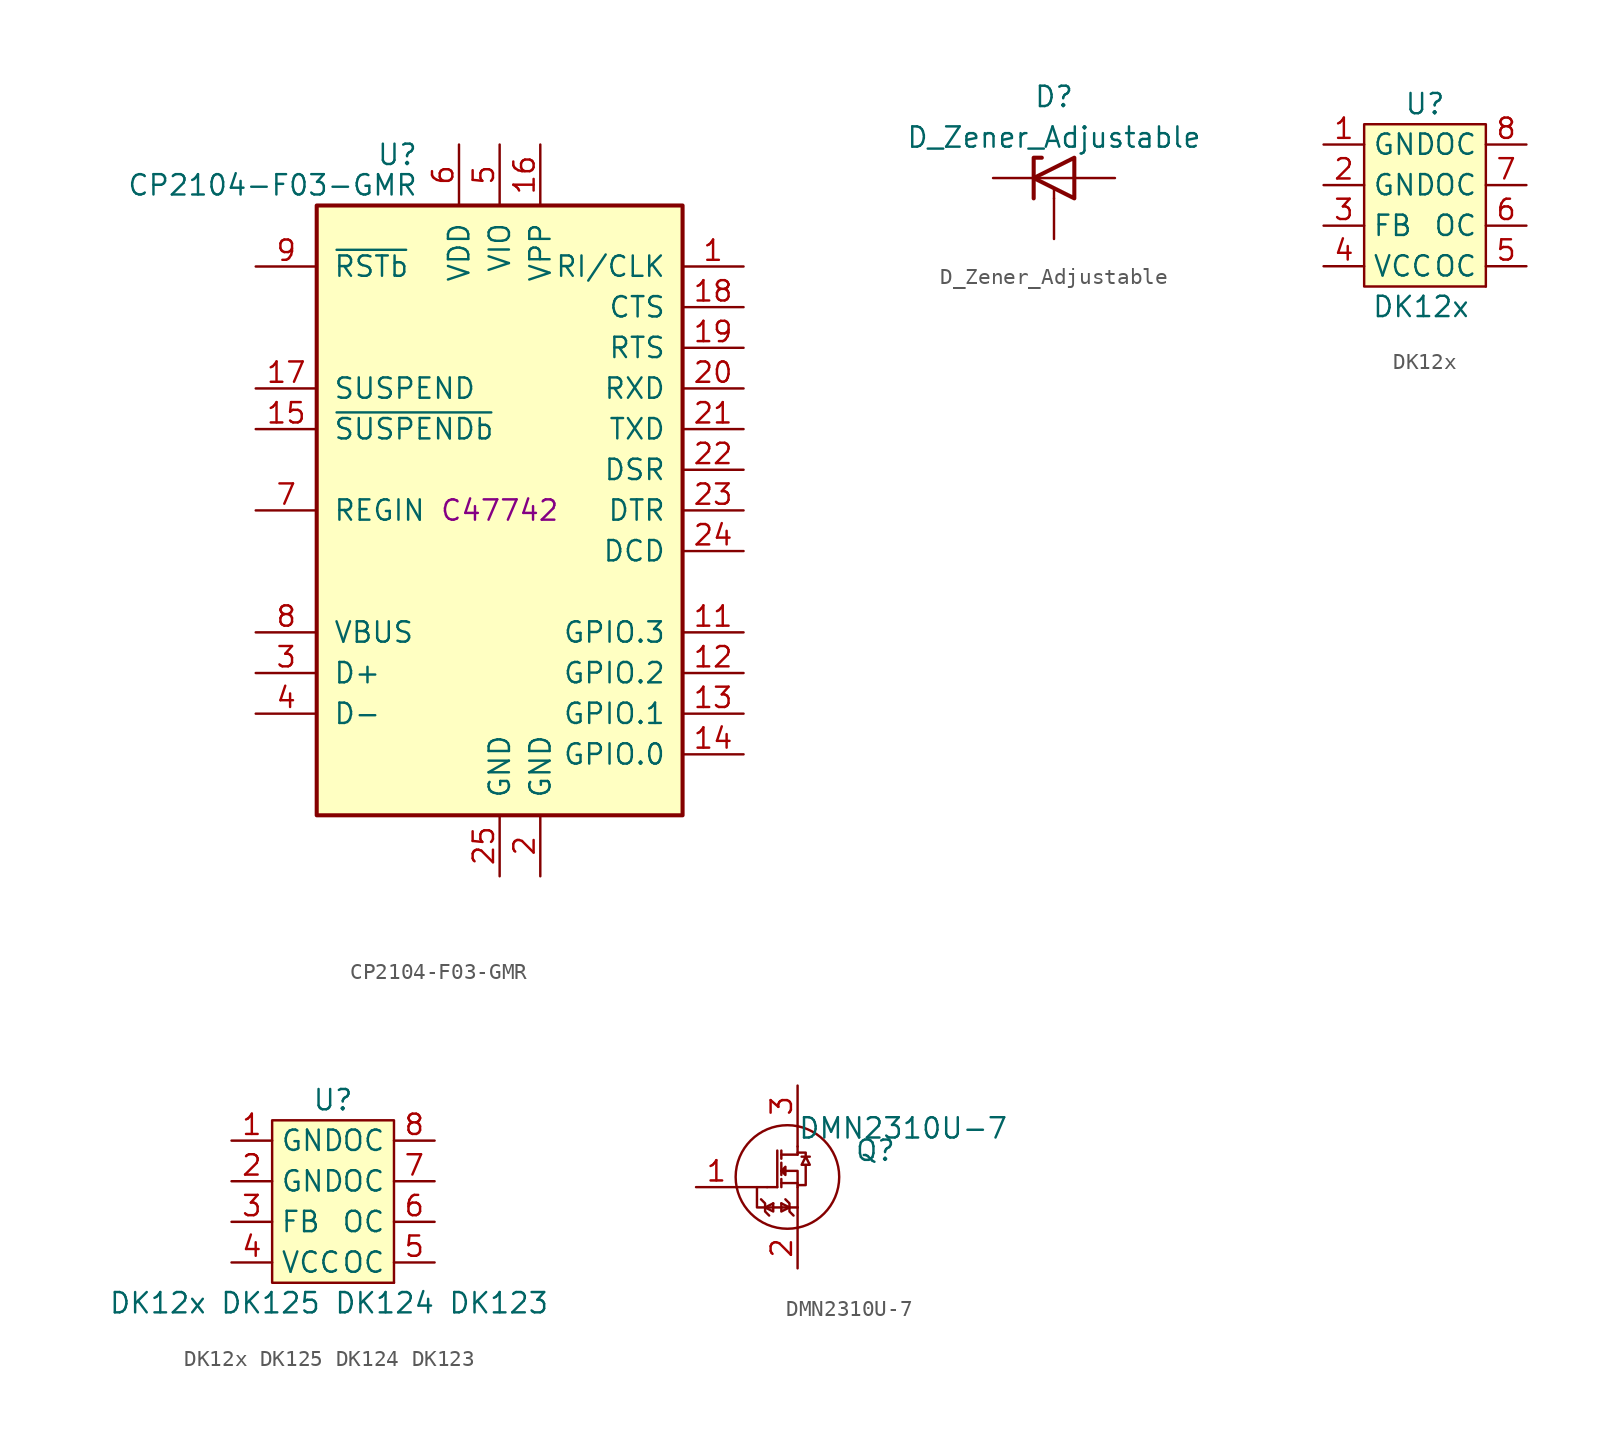
<source format=kicad_sym>
(kicad_symbol_lib
  (version 20211014)
  (generator kicad_symbol_editor)
  (symbol "CP2104-F03-GMR"
    (pin_names
      (offset 1.016))
    (property "Reference" "U"
      (at -5.08 22.225 0)
      (effects (font (size 1.27 1.27)) (justify right)))
    (property "Value" "CP2104-F03-GMR"
      (at -5.08 20.32 0)
      (effects (font (size 1.27 1.27)) (justify right)))
    (property "LCSC" "C47742"
      (at 0 0 0)
      (effects (font (size 1.27 1.27))))
    (symbol "CP2104-F03-GMR_0_1"
      (rectangle (start -11.43 19.05) (end 11.43 -19.05) (stroke (width 0.254) (type default) (color 0 0 0 0)) (fill (type background))))
    (symbol "CP2104-F03-GMR_1_1"
      (pin bidirectional line (at 15.24 15.24 180) (length 3.81) (name "RI/CLK" (effects (font (size 1.27 1.27)))) (number "1" (effects (font (size 1.27 1.27)))))
      (pin no_connect line (at 10.16 -22.86 90) (length 3.81) hide (name "NC" (effects (font (size 1.27 1.27)))) (number "10" (effects (font (size 1.27 1.27)))))
      (pin bidirectional line (at 15.24 -7.62 180) (length 3.81) (name "GPIO.3" (effects (font (size 1.27 1.27)))) (number "11" (effects (font (size 1.27 1.27)))))
      (pin bidirectional line (at 15.24 -10.16 180) (length 3.81) (name "GPIO.2" (effects (font (size 1.27 1.27)))) (number "12" (effects (font (size 1.27 1.27)))))
      (pin bidirectional line (at 15.24 -12.7 180) (length 3.81) (name "GPIO.1" (effects (font (size 1.27 1.27)))) (number "13" (effects (font (size 1.27 1.27)))))
      (pin bidirectional line (at 15.24 -15.24 180) (length 3.81) (name "GPIO.0" (effects (font (size 1.27 1.27)))) (number "14" (effects (font (size 1.27 1.27)))))
      (pin output line (at -15.24 5.08 0) (length 3.81) (name "~{SUSPENDb}" (effects (font (size 1.27 1.27)))) (number "15" (effects (font (size 1.27 1.27)))))
      (pin output line (at 2.54 22.86 270) (length 3.81) (name "VPP" (effects (font (size 1.27 1.27)))) (number "16" (effects (font (size 1.27 1.27)))))
      (pin output line (at -15.24 7.62 0) (length 3.81) (name "SUSPEND" (effects (font (size 1.27 1.27)))) (number "17" (effects (font (size 1.27 1.27)))))
      (pin input line (at 15.24 12.7 180) (length 3.81) (name "CTS" (effects (font (size 1.27 1.27)))) (number "18" (effects (font (size 1.27 1.27)))))
      (pin output line (at 15.24 10.16 180) (length 3.81) (name "RTS" (effects (font (size 1.27 1.27)))) (number "19" (effects (font (size 1.27 1.27)))))
      (pin power_in line (at 2.54 -22.86 90) (length 3.81) (name "GND" (effects (font (size 1.27 1.27)))) (number "2" (effects (font (size 1.27 1.27)))))
      (pin input line (at 15.24 7.62 180) (length 3.81) (name "RXD" (effects (font (size 1.27 1.27)))) (number "20" (effects (font (size 1.27 1.27)))))
      (pin output line (at 15.24 5.08 180) (length 3.81) (name "TXD" (effects (font (size 1.27 1.27)))) (number "21" (effects (font (size 1.27 1.27)))))
      (pin input line (at 15.24 2.54 180) (length 3.81) (name "DSR" (effects (font (size 1.27 1.27)))) (number "22" (effects (font (size 1.27 1.27)))))
      (pin output line (at 15.24 0 180) (length 3.81) (name "DTR" (effects (font (size 1.27 1.27)))) (number "23" (effects (font (size 1.27 1.27)))))
      (pin input line (at 15.24 -2.54 180) (length 3.81) (name "DCD" (effects (font (size 1.27 1.27)))) (number "24" (effects (font (size 1.27 1.27)))))
      (pin power_in line (at 0 -22.86 90) (length 3.81) (name "GND" (effects (font (size 1.27 1.27)))) (number "25" (effects (font (size 1.27 1.27)))))
      (pin bidirectional line (at -15.24 -10.16 0) (length 3.81) (name "D+" (effects (font (size 1.27 1.27)))) (number "3" (effects (font (size 1.27 1.27)))))
      (pin bidirectional line (at -15.24 -12.7 0) (length 3.81) (name "D-" (effects (font (size 1.27 1.27)))) (number "4" (effects (font (size 1.27 1.27)))))
      (pin power_in line (at 0 22.86 270) (length 3.81) (name "VIO" (effects (font (size 1.27 1.27)))) (number "5" (effects (font (size 1.27 1.27)))))
      (pin power_in line (at -2.54 22.86 270) (length 3.81) (name "VDD" (effects (font (size 1.27 1.27)))) (number "6" (effects (font (size 1.27 1.27)))))
      (pin power_in line (at -15.24 0 0) (length 3.81) (name "REGIN" (effects (font (size 1.27 1.27)))) (number "7" (effects (font (size 1.27 1.27)))))
      (pin input line (at -15.24 -7.62 0) (length 3.81) (name "VBUS" (effects (font (size 1.27 1.27)))) (number "8" (effects (font (size 1.27 1.27)))))
      (pin input line (at -15.24 15.24 0) (length 3.81) (name "~{RSTb}" (effects (font (size 1.27 1.27)))) (number "9" (effects (font (size 1.27 1.27)))))))
  (symbol "D_Zener_Adjustable"
    (pin_numbers hide)
    (pin_names
      (offset 1.016) hide)
    (property "Reference" "D"
      (at 0 5.08 0)
      (effects (font (size 1.27 1.27))))
    (property "Value" "D_Zener_Adjustable"
      (at 0 2.54 0)
      (effects (font (size 1.27 1.27))))
    (symbol "D_Zener_Adjustable_0_1"
      (polyline (pts (xy 0 -1.27) (xy 0 -0.635)) (stroke (width 0) (type default) (color 0 0 0 0)) (fill (type none)))
      (polyline (pts (xy 1.27 0) (xy -1.27 0)) (stroke (width 0) (type default) (color 0 0 0 0)) (fill (type none)))
      (polyline (pts (xy -1.27 -1.27) (xy -1.27 1.27) (xy -0.762 1.27)) (stroke (width 0.254) (type default) (color 0 0 0 0)) (fill (type none)))
      (polyline (pts (xy 1.27 -1.27) (xy 1.27 1.27) (xy -1.27 0) (xy 1.27 -1.27)) (stroke (width 0.254) (type default) (color 0 0 0 0)) (fill (type none))))
    (symbol "D_Zener_Adjustable_1_1"
      (pin passive line (at -3.81 0 0) (length 2.54) (name "K" (effects (font (size 1.27 1.27)))) (number "1" (effects (font (size 1.27 1.27)))))
      (pin passive line (at 0 -3.81 90) (length 2.54) (name "A" (effects (font (size 1.27 1.27)))) (number "2" (effects (font (size 1.27 1.27)))))
      (pin passive line (at 3.81 0 180) (length 2.54) (name "A" (effects (font (size 1.27 1.27)))) (number "3" (effects (font (size 1.27 1.27)))))))
  (symbol "DK12x"
    (property "Reference" "U"
      (at 0 6.35 0)
      (effects (font (size 1.27 1.27))))
    (property "Value" "DK12x"
      (at -0.254 -6.35 0)
      (effects (font (size 1.27 1.27))))
    (symbol "DK12x_0_1"
      (rectangle (start -3.81 5.08) (end 3.81 -5.08) (stroke (width 0) (type default) (color 0 0 0 0)) (fill (type background)))
      (rectangle (start 3.81 -5.08) (end 3.81 -5.08) (stroke (width 0) (type default) (color 0 0 0 0)) (fill (type none))))
    (symbol "DK12x_1_1"
      (pin passive line (at -6.35 3.81 0) (length 2.54) (name "GND" (effects (font (size 1.27 1.27)))) (number "1" (effects (font (size 1.27 1.27)))))
      (pin passive line (at -6.35 1.27 0) (length 2.54) (name "GND" (effects (font (size 1.27 1.27)))) (number "2" (effects (font (size 1.27 1.27)))))
      (pin passive line (at -6.35 -1.27 0) (length 2.54) (name "FB" (effects (font (size 1.27 1.27)))) (number "3" (effects (font (size 1.27 1.27)))))
      (pin passive line (at -6.35 -3.81 0) (length 2.54) (name "VCC" (effects (font (size 1.27 1.27)))) (number "4" (effects (font (size 1.27 1.27)))))
      (pin passive line (at 6.35 -3.81 180) (length 2.54) (name "OC" (effects (font (size 1.27 1.27)))) (number "5" (effects (font (size 1.27 1.27)))))
      (pin passive line (at 6.35 -1.27 180) (length 2.54) (name "OC" (effects (font (size 1.27 1.27)))) (number "6" (effects (font (size 1.27 1.27)))))
      (pin passive line (at 6.35 1.27 180) (length 2.54) (name "OC" (effects (font (size 1.27 1.27)))) (number "7" (effects (font (size 1.27 1.27)))))
      (pin passive line (at 6.35 3.81 180) (length 2.54) (name "OC" (effects (font (size 1.27 1.27)))) (number "8" (effects (font (size 1.27 1.27)))))))
  (symbol "DK12x DK125 DK124 DK123"
    (property "Reference" "U"
      (at 0 6.35 0)
      (effects (font (size 1.27 1.27))))
    (property "Value" "DK12x DK125 DK124 DK123"
      (at -0.254 -6.35 0)
      (effects (font (size 1.27 1.27))))
    (symbol "DK12x DK125 DK124 DK123_0_1"
      (rectangle (start -3.81 5.08) (end 3.81 -5.08) (stroke (width 0) (type default) (color 0 0 0 0)) (fill (type background)))
      (rectangle (start 3.81 -5.08) (end 3.81 -5.08) (stroke (width 0) (type default) (color 0 0 0 0)) (fill (type none))))
    (symbol "DK12x DK125 DK124 DK123_1_1"
      (pin passive line (at -6.35 3.81 0) (length 2.54) (name "GND" (effects (font (size 1.27 1.27)))) (number "1" (effects (font (size 1.27 1.27)))))
      (pin passive line (at -6.35 1.27 0) (length 2.54) (name "GND" (effects (font (size 1.27 1.27)))) (number "2" (effects (font (size 1.27 1.27)))))
      (pin passive line (at -6.35 -1.27 0) (length 2.54) (name "FB" (effects (font (size 1.27 1.27)))) (number "3" (effects (font (size 1.27 1.27)))))
      (pin passive line (at -6.35 -3.81 0) (length 2.54) (name "VCC" (effects (font (size 1.27 1.27)))) (number "4" (effects (font (size 1.27 1.27)))))
      (pin passive line (at 6.35 -3.81 180) (length 2.54) (name "OC" (effects (font (size 1.27 1.27)))) (number "5" (effects (font (size 1.27 1.27)))))
      (pin passive line (at 6.35 -1.27 180) (length 2.54) (name "OC" (effects (font (size 1.27 1.27)))) (number "6" (effects (font (size 1.27 1.27)))))
      (pin passive line (at 6.35 1.27 180) (length 2.54) (name "OC" (effects (font (size 1.27 1.27)))) (number "7" (effects (font (size 1.27 1.27)))))
      (pin passive line (at 6.35 3.81 180) (length 2.54) (name "OC" (effects (font (size 1.27 1.27)))) (number "8" (effects (font (size 1.27 1.27)))))))
  (symbol "DMN2310U-7"
    (pin_names
      (offset 0) hide)
    (property "Reference" "Q"
      (at 4.826 1.016 0)
      (effects (font (size 1.27 1.27)) (justify left)))
    (property "Value" "DMN2310U-7"
      (at 1.27 2.413 0)
      (effects (font (size 1.27 1.27)) (justify left)))
    (symbol "DMN2310U-7_0_1"
      (polyline (pts (xy -2.54 -1.27) (xy -0.635 -1.27)) (stroke (width 0.152) (type default) (color 0 0 0 0)) (fill (type none)))
      (polyline (pts (xy -0.762 -2.54) (xy -0.254 -2.286)) (stroke (width 0.152) (type default) (color 0 0 0 0)) (fill (type none)))
      (polyline (pts (xy -0.635 -1.27) (xy 0 -1.27)) (stroke (width 0) (type default) (color 0 0 0 0)) (fill (type none)))
      (polyline (pts (xy 0 -1.27) (xy 0 1.016)) (stroke (width 0) (type default) (color 0 0 0 0)) (fill (type none)))
      (polyline (pts (xy 0.254 -2.286) (xy 0.762 -2.54)) (stroke (width 0.152) (type default) (color 0 0 0 0)) (fill (type none)))
      (polyline (pts (xy 0.254 -1.016) (xy 1.27 -1.016)) (stroke (width 0) (type default) (color 0 0 0 0)) (fill (type none)))
      (polyline (pts (xy 0.254 -0.762) (xy 0.254 -1.27)) (stroke (width 0) (type default) (color 0 0 0 0)) (fill (type none)))
      (polyline (pts (xy 0.254 0.254) (xy 0.254 -0.508)) (stroke (width 0) (type default) (color 0 0 0 0)) (fill (type none)))
      (polyline (pts (xy 0.254 1.016) (xy 0.254 0.508)) (stroke (width 0) (type default) (color 0 0 0 0)) (fill (type none)))
      (polyline (pts (xy 1.27 -3.81) (xy 1.27 -2.54)) (stroke (width 0.152) (type default) (color 0 0 0 0)) (fill (type none)))
      (polyline (pts (xy 1.27 -2.54) (xy 1.27 -1.27)) (stroke (width 0.152) (type default) (color 0 0 0 0)) (fill (type none)))
      (polyline (pts (xy 1.27 0.762) (xy 0.254 0.762)) (stroke (width 0) (type default) (color 0 0 0 0)) (fill (type none)))
      (polyline (pts (xy 1.27 1.27) (xy 1.27 0.762)) (stroke (width 0) (type default) (color 0 0 0 0)) (fill (type none)))
      (polyline (pts (xy 1.27 1.27) (xy 1.27 2.54)) (stroke (width 0.152) (type default) (color 0 0 0 0)) (fill (type none)))
      (polyline (pts (xy -1.27 -1.27) (xy -1.27 -2.54) (xy 1.27 -2.54)) (stroke (width 0.152) (type default) (color 0 0 0 0)) (fill (type none)))
      (polyline (pts (xy -0.254 -2.286) (xy -0.254 -2.794) (xy -0.762 -2.54)) (stroke (width 0.152) (type default) (color 0 0 0 0)) (fill (type none)))
      (polyline (pts (xy 0.254 -2.286) (xy 0.254 -2.794) (xy 0.762 -2.54)) (stroke (width 0.152) (type default) (color 0 0 0 0)) (fill (type none)))
      (polyline (pts (xy -1.016 -2.032) (xy -0.762 -2.286) (xy -0.762 -2.794) (xy -0.508 -3.048)) (stroke (width 0.152) (type default) (color 0 0 0 0)) (fill (type none)))
      (polyline (pts (xy 0.254 -0.254) (xy 0.508 0) (xy 0.508 -0.508) (xy 0.254 -0.254)) (stroke (width 0) (type default) (color 0 0 0 0)) (fill (type none)))
      (polyline (pts (xy 0.508 -2.032) (xy 0.762 -2.286) (xy 0.762 -2.794) (xy 1.016 -3.048)) (stroke (width 0.152) (type default) (color 0 0 0 0)) (fill (type none)))
      (polyline (pts (xy 1.27 -1.27) (xy 1.27 -0.508) (xy 1.27 -0.254) (xy 0.254 -0.254)) (stroke (width 0) (type default) (color 0 0 0 0)) (fill (type none)))
      (polyline (pts (xy 1.27 -1.143) (xy 1.778 -1.143) (xy 1.778 0.127) (xy 1.524 0.127) (xy 1.778 0.635) (xy 2.032 0.127) (xy 1.778 0.127) (xy 1.524 0.127) (xy 1.778 0.635) (xy 1.524 0.635) (xy 2.032 0.635) (xy 1.778 0.635) (xy 1.778 0.889) (xy 1.27 0.889)) (stroke (width 0) (type default) (color 0 0 0 0)) (fill (type none)))
      (circle (center 0.635 -0.635) (radius 3.238) (stroke (width 0) (type default) (color 0 0 0 0)) (fill (type none))))
    (symbol "DMN2310U-7_1_1"
      (pin input line (at -5.08 -1.27 0) (length 2.54) (name "B" (effects (font (size 1.27 1.27)))) (number "1" (effects (font (size 1.27 1.27)))))
      (pin passive line (at 1.27 -6.35 90) (length 2.54) (name "E" (effects (font (size 1.27 1.27)))) (number "2" (effects (font (size 1.27 1.27)))))
      (pin passive line (at 1.27 5.08 270) (length 2.54) (name "C" (effects (font (size 1.27 1.27)))) (number "3" (effects (font (size 1.27 1.27))))))))
</source>
